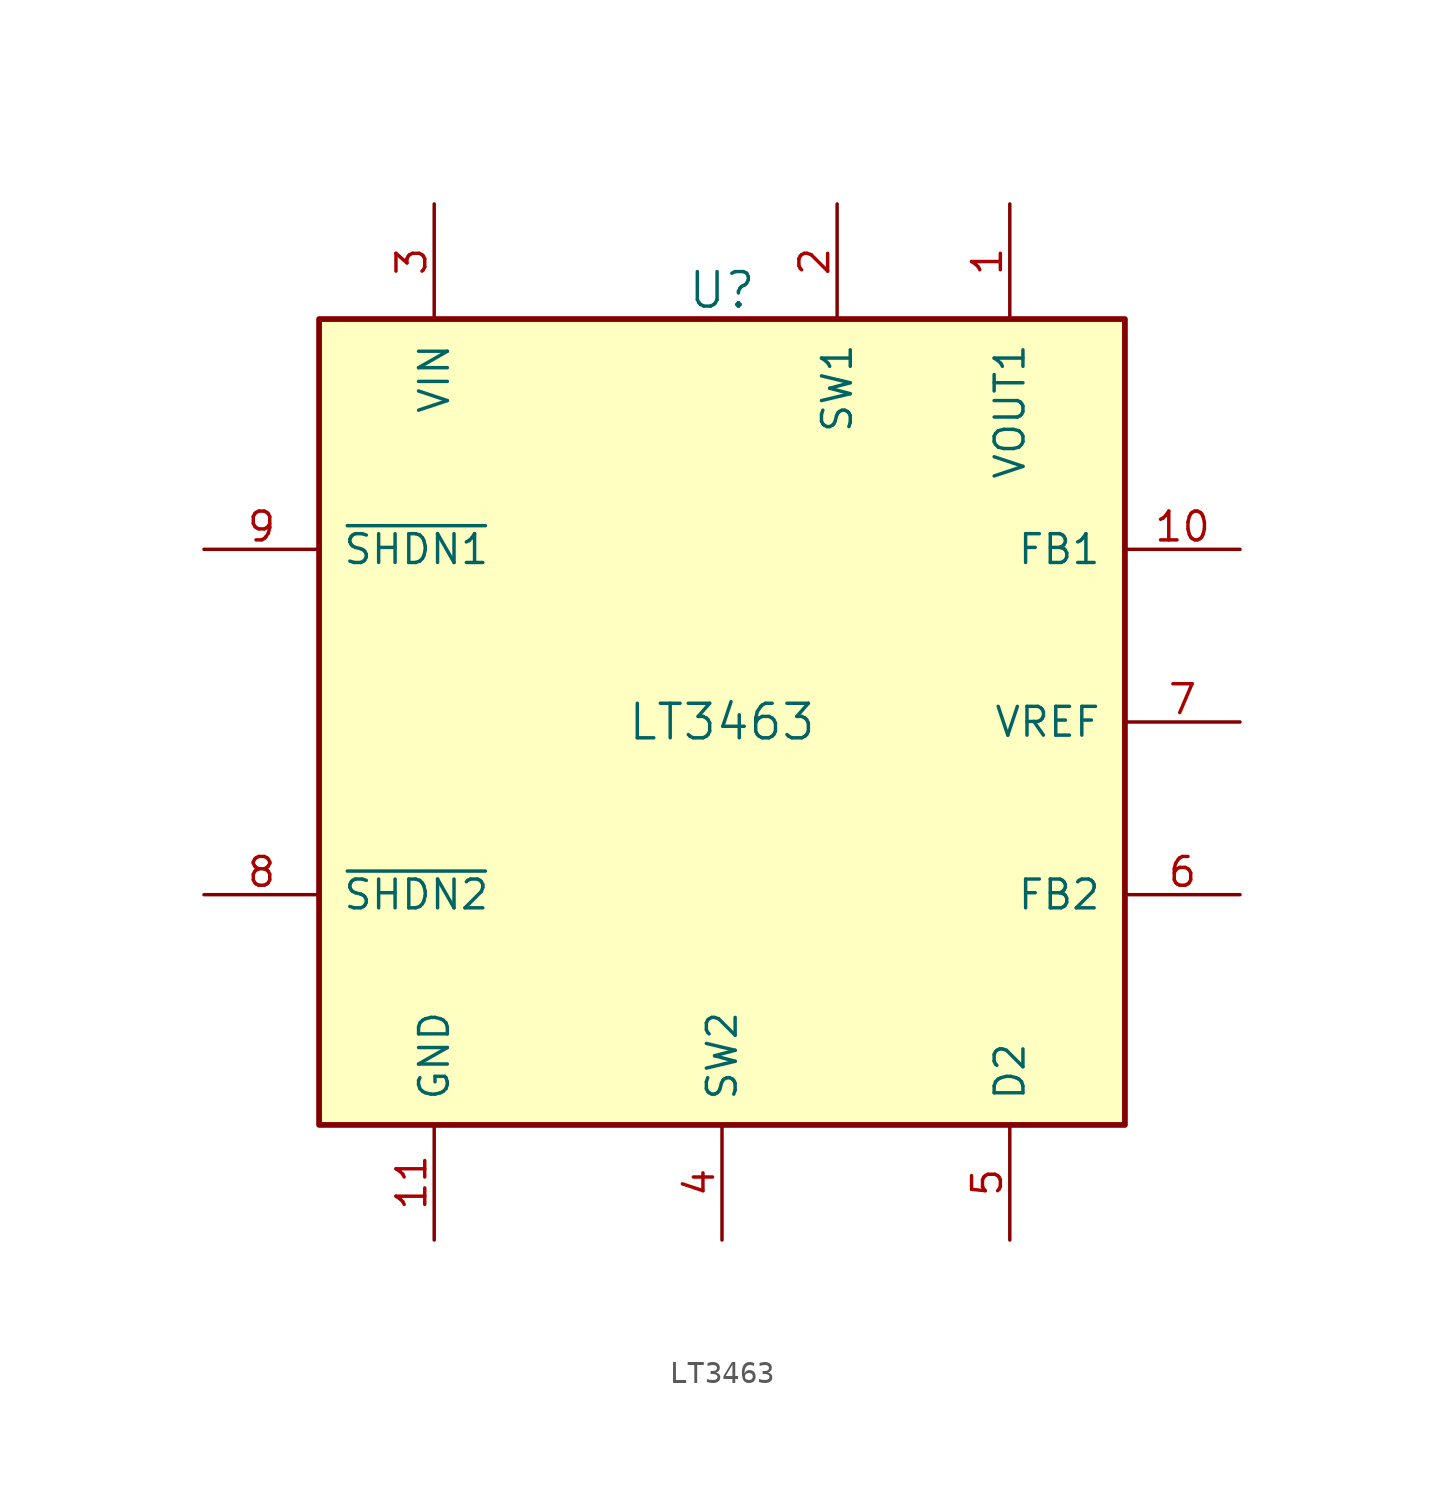
<source format=kicad_sym>
(kicad_symbol_lib
  (version 20231120)
  (generator "kicad_symbol_editor")
  (generator_version "8.0")
  (symbol "LT3463"
    (pin_names
      (offset 1.016))
    (property "Reference" "U"
      (at 0 19.05 0)
      (effects (font (size 1.524 1.524))))
    (property "Value" "LT3463"
      (at 0 0 0)
      (effects (font (size 1.524 1.524))))
    (symbol "LT3463_1_1"
      (rectangle (start -17.78 17.78) (end 17.78 -17.78) (stroke (width 0.254) (type solid)) (fill (type background)))
      (pin power_out line (at 12.7 22.86 270) (length 5.08) (name "VOUT1" (effects (font (size 1.27 1.27)))) (number "1" (effects (font (size 1.27 1.27)))))
      (pin input line (at 22.86 7.62 180) (length 5.08) (name "FB1" (effects (font (size 1.27 1.27)))) (number "10" (effects (font (size 1.27 1.27)))))
      (pin power_in line (at -12.7 -22.86 90) (length 5.08) (name "GND" (effects (font (size 1.27 1.27)))) (number "11" (effects (font (size 1.27 1.27)))))
      (pin output line (at 5.08 22.86 270) (length 5.08) (name "SW1" (effects (font (size 1.27 1.27)))) (number "2" (effects (font (size 1.27 1.27)))))
      (pin power_in line (at -12.7 22.86 270) (length 5.08) (name "VIN" (effects (font (size 1.27 1.27)))) (number "3" (effects (font (size 1.27 1.27)))))
      (pin output line (at 0 -22.86 90) (length 5.08) (name "SW2" (effects (font (size 1.27 1.27)))) (number "4" (effects (font (size 1.27 1.27)))))
      (pin power_out line (at 12.7 -22.86 90) (length 5.08) (name "D2" (effects (font (size 1.27 1.27)))) (number "5" (effects (font (size 1.27 1.27)))))
      (pin input line (at 22.86 -7.62 180) (length 5.08) (name "FB2" (effects (font (size 1.27 1.27)))) (number "6" (effects (font (size 1.27 1.27)))))
      (pin power_out line (at 22.86 0 180) (length 5.08) (name "VREF" (effects (font (size 1.27 1.27)))) (number "7" (effects (font (size 1.27 1.27)))))
      (pin input line (at -22.86 -7.62 0) (length 5.08) (name "~{SHDN2}" (effects (font (size 1.27 1.27)))) (number "8" (effects (font (size 1.27 1.27)))))
      (pin input line (at -22.86 7.62 0) (length 5.08) (name "~{SHDN1}" (effects (font (size 1.27 1.27)))) (number "9" (effects (font (size 1.27 1.27))))))))
</source>
